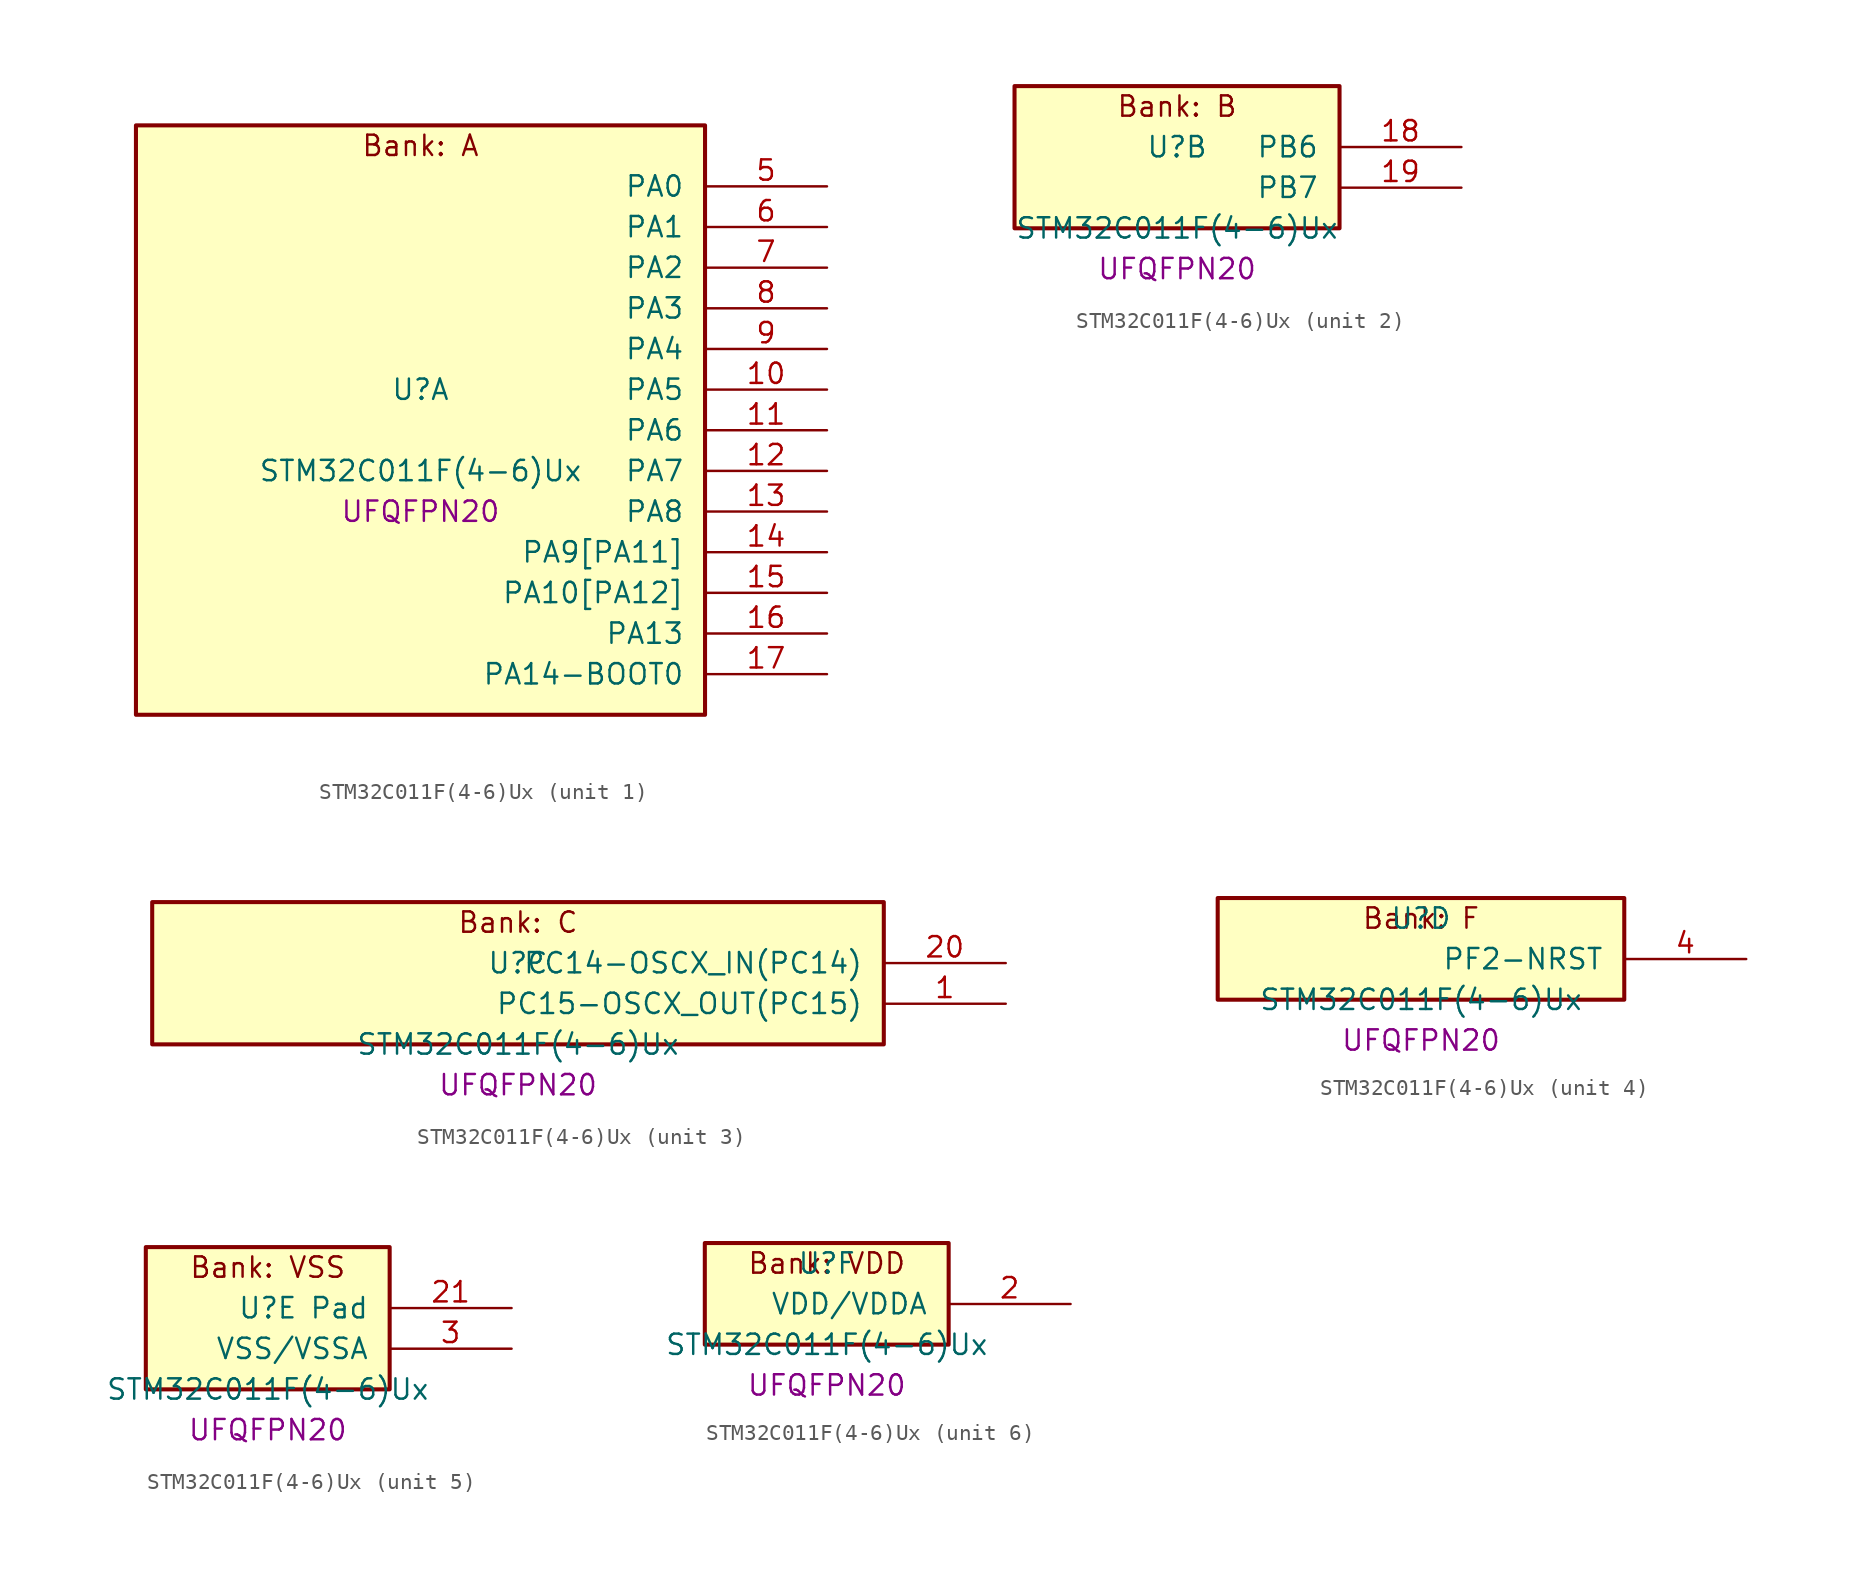
<source format=kicad_sym>
(kicad_symbol_lib
  (version 20241209)
  (generator "stm32_pkl_generator")
  (generator_version "1.0")
  (symbol "STM32C011F(4-6)Ux"
    (pin_names
      (offset 1.27))
    (property "Reference" "U"
      (at 0 2.54 0))
    (property "Value" "STM32C011F(4-6)Ux"
      (at 0 -2.54 0))
    (property "Footprint" "UFQFPN20"
      (at 0 -5.08 0))
    (symbol "STM32C011F(4-6)Ux_1_1"
      (rectangle (start -17.78 19.05) (end 17.78 -17.78) (stroke (width 0.254) (type solid)) (fill (type background)))
      (text "Bank: A" (at 0 17.78 0))
      (pin bidirectional line (at 25.4 15.24 180) (length 7.62) (name "PA0") (number "5") (alternate "PA0/ADC1_IN0" bidirectional line) (alternate "PA0/PWR_WKUP1" bidirectional line) (alternate "PA0/TIM16_CH1" bidirectional line) (alternate "PA0/TIM1_CH1" bidirectional line) (alternate "PA0/USART1_TX" bidirectional line) (alternate "PA0/USART2_CTS" bidirectional line) (alternate "PA0/USART2_NSS" bidirectional line))
      (pin bidirectional line (at 25.4 12.7 180) (length 7.62) (name "PA1") (number "6") (alternate "PA1/ADC1_IN1" bidirectional line) (alternate "PA1/I2C1_SMBA" bidirectional line) (alternate "PA1/I2S1_CK" bidirectional line) (alternate "PA1/SPI1_SCK" bidirectional line) (alternate "PA1/TIM17_CH1" bidirectional line) (alternate "PA1/TIM1_CH2" bidirectional line) (alternate "PA1/USART1_RX" bidirectional line) (alternate "PA1/USART2_CK" bidirectional line) (alternate "PA1/USART2_DE" bidirectional line) (alternate "PA1/USART2_RTS" bidirectional line))
      (pin bidirectional line (at 25.4 10.16 180) (length 7.62) (name "PA2") (number "7") (alternate "PA2/ADC1_IN2" bidirectional line) (alternate "PA2/I2S1_SD" bidirectional line) (alternate "PA2/PWR_WKUP4" bidirectional line) (alternate "PA2/RCC_LSCO" bidirectional line) (alternate "PA2/SPI1_MOSI" bidirectional line) (alternate "PA2/TIM16_CH1N" bidirectional line) (alternate "PA2/TIM1_CH3" bidirectional line) (alternate "PA2/TIM3_ETR" bidirectional line) (alternate "PA2/USART2_TX" bidirectional line))
      (pin bidirectional line (at 25.4 7.62 180) (length 7.62) (name "PA3") (number "8") (alternate "PA3/ADC1_IN3" bidirectional line) (alternate "PA3/TIM1_CH1N" bidirectional line) (alternate "PA3/TIM1_CH4" bidirectional line) (alternate "PA3/USART2_RX" bidirectional line))
      (pin bidirectional line (at 25.4 5.08 180) (length 7.62) (name "PA4") (number "9") (alternate "PA4/ADC1_IN4" bidirectional line) (alternate "PA4/I2S1_WS" bidirectional line) (alternate "PA4/PWR_WKUP2" bidirectional line) (alternate "PA4/RTC_OUT1" bidirectional line) (alternate "PA4/RTC_TS" bidirectional line) (alternate "PA4/SPI1_NSS" bidirectional line) (alternate "PA4/TIM14_CH1" bidirectional line) (alternate "PA4/TIM17_CH1N" bidirectional line) (alternate "PA4/TIM1_CH2N" bidirectional line) (alternate "PA4/USART2_TX" bidirectional line))
      (pin bidirectional line (at 25.4 2.54 180) (length 7.62) (name "PA5") (number "10") (alternate "PA5/ADC1_IN5" bidirectional line) (alternate "PA5/I2S1_CK" bidirectional line) (alternate "PA5/SPI1_SCK" bidirectional line) (alternate "PA5/TIM1_CH1" bidirectional line) (alternate "PA5/TIM1_CH3N" bidirectional line) (alternate "PA5/USART2_RX" bidirectional line))
      (pin bidirectional line (at 25.4 0 180) (length 7.62) (name "PA6") (number "11") (alternate "PA6/ADC1_IN6" bidirectional line) (alternate "PA6/I2S1_MCK" bidirectional line) (alternate "PA6/SPI1_MISO" bidirectional line) (alternate "PA6/TIM16_CH1" bidirectional line) (alternate "PA6/TIM1_BKIN" bidirectional line) (alternate "PA6/TIM3_CH1" bidirectional line))
      (pin bidirectional line (at 25.4 -2.54 180) (length 7.62) (name "PA7") (number "12") (alternate "PA7/ADC1_IN7" bidirectional line) (alternate "PA7/I2S1_SD" bidirectional line) (alternate "PA7/SPI1_MOSI" bidirectional line) (alternate "PA7/TIM14_CH1" bidirectional line) (alternate "PA7/TIM17_CH1" bidirectional line) (alternate "PA7/TIM1_CH1N" bidirectional line) (alternate "PA7/TIM3_CH2" bidirectional line))
      (pin bidirectional line (at 25.4 -5.08 180) (length 7.62) (name "PA8") (number "13") (alternate "PA8/ADC1_IN8" bidirectional line) (alternate "PA8/I2S1_WS" bidirectional line) (alternate "PA8/RCC_MCO" bidirectional line) (alternate "PA8/RCC_MCO_2" bidirectional line) (alternate "PA8/SPI1_NSS" bidirectional line) (alternate "PA8/TIM14_CH1" bidirectional line) (alternate "PA8/TIM1_CH1" bidirectional line) (alternate "PA8/TIM1_CH2N" bidirectional line) (alternate "PA8/TIM1_CH3N" bidirectional line) (alternate "PA8/TIM3_CH3" bidirectional line) (alternate "PA8/TIM3_CH4" bidirectional line) (alternate "PA8/USART1_RX" bidirectional line) (alternate "PA8/USART2_TX" bidirectional line))
      (pin bidirectional line (at 25.4 -7.62 180) (length 7.62) (name "PA9[PA11]") (number "14") (alternate "PA9[PA11]/I2C1_SCL" bidirectional line) (alternate "PA9[PA11]/RCC_MCO" bidirectional line) (alternate "PA9[PA11]/TIM1_CH2" bidirectional line) (alternate "PA9[PA11]/TIM3_ETR" bidirectional line) (alternate "PA9[PA11]/USART1_TX" bidirectional line) (alternate "PA9[PA11]/PA11[PA9]" bidirectional line) (alternate "PA9[PA11]/ADC1_EXTI11" bidirectional line) (alternate "PA9[PA11]/ADC1_IN11" bidirectional line) (alternate "PA9[PA11]/I2S1_MCK" bidirectional line) (alternate "PA9[PA11]/SPI1_MISO" bidirectional line) (alternate "PA9[PA11]/TIM1_BKIN2" bidirectional line) (alternate "PA9[PA11]/TIM1_CH4" bidirectional line) (alternate "PA9[PA11]/USART1_CTS" bidirectional line) (alternate "PA9[PA11]/USART1_NSS" bidirectional line))
      (pin bidirectional line (at 25.4 -10.16 180) (length 7.62) (name "PA10[PA12]") (number "15") (alternate "PA10[PA12]/I2C1_SDA" bidirectional line) (alternate "PA10[PA12]/RCC_MCO_2" bidirectional line) (alternate "PA10[PA12]/TIM17_BKIN" bidirectional line) (alternate "PA10[PA12]/TIM1_CH3" bidirectional line) (alternate "PA10[PA12]/USART1_RX" bidirectional line) (alternate "PA10[PA12]/PA12[PA10]" bidirectional line) (alternate "PA10[PA12]/ADC1_IN12" bidirectional line) (alternate "PA10[PA12]/I2S1_SD" bidirectional line) (alternate "PA10[PA12]/I2S_CKIN" bidirectional line) (alternate "PA10[PA12]/SPI1_MOSI" bidirectional line) (alternate "PA10[PA12]/TIM1_ETR" bidirectional line) (alternate "PA10[PA12]/USART1_CK" bidirectional line) (alternate "PA10[PA12]/USART1_DE" bidirectional line) (alternate "PA10[PA12]/USART1_RTS" bidirectional line))
      (pin bidirectional line (at 25.4 -12.7 180) (length 7.62) (name "PA13") (number "16") (alternate "PA13/ADC1_IN13" bidirectional line) (alternate "PA13/DEBUG_SWDIO" bidirectional line) (alternate "PA13/IR_OUT" bidirectional line) (alternate "PA13/TIM3_ETR" bidirectional line) (alternate "PA13/USART2_RX" bidirectional line))
      (pin bidirectional line (at 25.4 -15.24 180) (length 7.62) (name "PA14-BOOT0") (number "17") (alternate "PA14-BOOT0/ADC1_IN14" bidirectional line) (alternate "PA14-BOOT0/DEBUG_SWCLK" bidirectional line) (alternate "PA14-BOOT0/I2S1_WS" bidirectional line) (alternate "PA14-BOOT0/RCC_MCO_2" bidirectional line) (alternate "PA14-BOOT0/SPI1_NSS" bidirectional line) (alternate "PA14-BOOT0/TIM1_CH1" bidirectional line) (alternate "PA14-BOOT0/USART1_CK" bidirectional line) (alternate "PA14-BOOT0/USART1_DE" bidirectional line) (alternate "PA14-BOOT0/USART1_RTS" bidirectional line) (alternate "PA14-BOOT0/USART2_RX" bidirectional line) (alternate "PA14-BOOT0/USART2_TX" bidirectional line)))
    (symbol "STM32C011F(4-6)Ux_2_1"
      (rectangle (start -10.16 6.35) (end 10.16 -2.54) (stroke (width 0.254) (type solid)) (fill (type background)))
      (text "Bank: B" (at 0 5.08 0))
      (pin bidirectional line (at 17.78 2.54 180) (length 7.62) (name "PB6") (number "18") (alternate "PB6/I2C1_SCL" bidirectional line) (alternate "PB6/I2C1_SMBA" bidirectional line) (alternate "PB6/I2S1_CK" bidirectional line) (alternate "PB6/I2S1_MCK" bidirectional line) (alternate "PB6/I2S1_SD" bidirectional line) (alternate "PB6/PWR_WKUP3" bidirectional line) (alternate "PB6/SPI1_MISO" bidirectional line) (alternate "PB6/SPI1_MOSI" bidirectional line) (alternate "PB6/SPI1_SCK" bidirectional line) (alternate "PB6/TIM16_BKIN" bidirectional line) (alternate "PB6/TIM16_CH1N" bidirectional line) (alternate "PB6/TIM17_BKIN" bidirectional line) (alternate "PB6/TIM1_CH2" bidirectional line) (alternate "PB6/TIM1_CH3" bidirectional line) (alternate "PB6/TIM3_CH1" bidirectional line) (alternate "PB6/TIM3_CH2" bidirectional line) (alternate "PB6/TIM3_CH3" bidirectional line) (alternate "PB6/USART1_CK" bidirectional line) (alternate "PB6/USART1_CTS" bidirectional line) (alternate "PB6/USART1_DE" bidirectional line) (alternate "PB6/USART1_NSS" bidirectional line) (alternate "PB6/USART1_RTS" bidirectional line) (alternate "PB6/USART1_TX" bidirectional line))
      (pin bidirectional line (at 17.78 0 180) (length 7.62) (name "PB7") (number "19") (alternate "PB7/I2C1_SCL" bidirectional line) (alternate "PB7/I2C1_SDA" bidirectional line) (alternate "PB7/RTC_REFIN" bidirectional line) (alternate "PB7/TIM16_CH1" bidirectional line) (alternate "PB7/TIM17_CH1N" bidirectional line) (alternate "PB7/TIM1_CH4" bidirectional line) (alternate "PB7/TIM3_CH1" bidirectional line) (alternate "PB7/TIM3_CH4" bidirectional line) (alternate "PB7/USART1_RX" bidirectional line) (alternate "PB7/USART2_CTS" bidirectional line) (alternate "PB7/USART2_NSS" bidirectional line)))
    (symbol "STM32C011F(4-6)Ux_3_1"
      (rectangle (start -22.86 6.35) (end 22.86 -2.54) (stroke (width 0.254) (type solid)) (fill (type background)))
      (text "Bank: C" (at 0 5.08 0))
      (pin bidirectional line (at 30.48 2.54 180) (length 7.62) (name "PC14-OSCX_IN(PC14)") (number "20") (alternate "PC14-OSCX_IN(PC14)/I2C1_SDA" bidirectional line) (alternate "PC14-OSCX_IN(PC14)/IR_OUT" bidirectional line) (alternate "PC14-OSCX_IN(PC14)/RCC_OSCX_IN" bidirectional line) (alternate "PC14-OSCX_IN(PC14)/TIM17_CH1" bidirectional line) (alternate "PC14-OSCX_IN(PC14)/TIM1_BKIN2" bidirectional line) (alternate "PC14-OSCX_IN(PC14)/TIM1_ETR" bidirectional line) (alternate "PC14-OSCX_IN(PC14)/TIM3_CH2" bidirectional line) (alternate "PC14-OSCX_IN(PC14)/USART1_TX" bidirectional line) (alternate "PC14-OSCX_IN(PC14)/USART2_CK" bidirectional line) (alternate "PC14-OSCX_IN(PC14)/USART2_DE" bidirectional line) (alternate "PC14-OSCX_IN(PC14)/USART2_RTS" bidirectional line))
      (pin bidirectional line (at 30.48 0 180) (length 7.62) (name "PC15-OSCX_OUT(PC15)") (number "1") (alternate "PC15-OSCX_OUT(PC15)/RCC_OSC32_EN" bidirectional line) (alternate "PC15-OSCX_OUT(PC15)/RCC_OSCX_OUT" bidirectional line) (alternate "PC15-OSCX_OUT(PC15)/RCC_OSC_EN" bidirectional line) (alternate "PC15-OSCX_OUT(PC15)/TIM1_ETR" bidirectional line) (alternate "PC15-OSCX_OUT(PC15)/TIM3_CH3" bidirectional line)))
    (symbol "STM32C011F(4-6)Ux_4_1"
      (rectangle (start -12.7 3.81) (end 12.7 -2.54) (stroke (width 0.254) (type solid)) (fill (type background)))
      (text "Bank: F" (at 0 2.54 0))
      (pin bidirectional line (at 20.32 0 180) (length 7.62) (name "PF2-NRST") (number "4") (alternate "PF2-NRST/RCC_MCO" bidirectional line) (alternate "PF2-NRST/TIM1_CH4" bidirectional line)))
    (symbol "STM32C011F(4-6)Ux_5_1"
      (rectangle (start -7.62 6.35) (end 7.62 -2.54) (stroke (width 0.254) (type solid)) (fill (type background)))
      (text "Bank: VSS" (at 0 5.08 0))
      (pin passive line (at 15.24 2.54 180) (length 7.62) (name "Pad") (number "21"))
      (pin power_in line (at 15.24 0 180) (length 7.62) (name "VSS/VSSA") (number "3")))
    (symbol "STM32C011F(4-6)Ux_6_1"
      (rectangle (start -7.62 3.81) (end 7.62 -2.54) (stroke (width 0.254) (type solid)) (fill (type background)))
      (text "Bank: VDD" (at 0 2.54 0))
      (pin power_in line (at 15.24 0 180) (length 7.62) (name "VDD/VDDA") (number "2")))))
</source>
